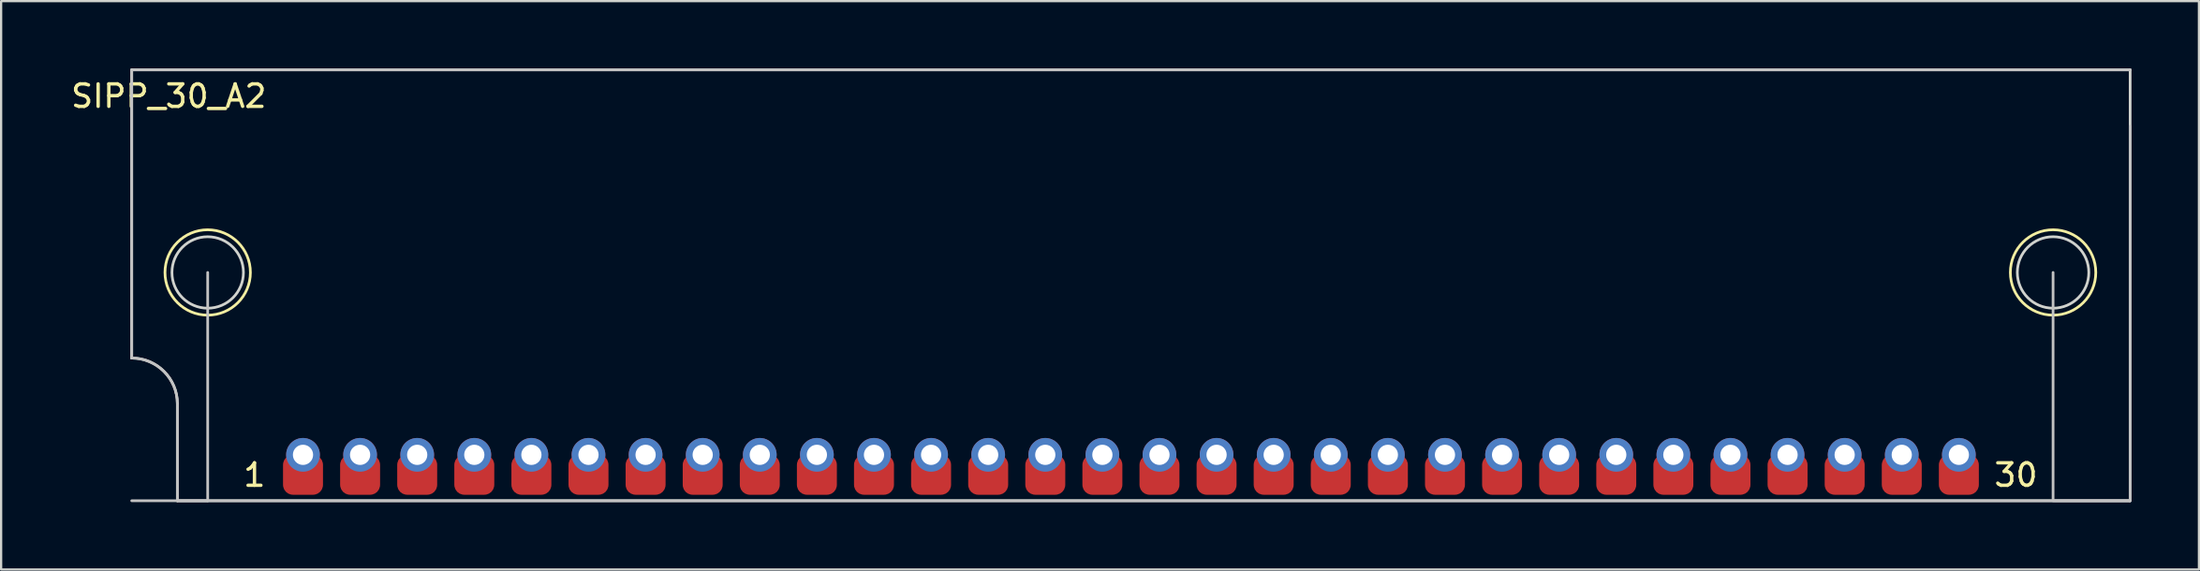
<source format=kicad_pcb>
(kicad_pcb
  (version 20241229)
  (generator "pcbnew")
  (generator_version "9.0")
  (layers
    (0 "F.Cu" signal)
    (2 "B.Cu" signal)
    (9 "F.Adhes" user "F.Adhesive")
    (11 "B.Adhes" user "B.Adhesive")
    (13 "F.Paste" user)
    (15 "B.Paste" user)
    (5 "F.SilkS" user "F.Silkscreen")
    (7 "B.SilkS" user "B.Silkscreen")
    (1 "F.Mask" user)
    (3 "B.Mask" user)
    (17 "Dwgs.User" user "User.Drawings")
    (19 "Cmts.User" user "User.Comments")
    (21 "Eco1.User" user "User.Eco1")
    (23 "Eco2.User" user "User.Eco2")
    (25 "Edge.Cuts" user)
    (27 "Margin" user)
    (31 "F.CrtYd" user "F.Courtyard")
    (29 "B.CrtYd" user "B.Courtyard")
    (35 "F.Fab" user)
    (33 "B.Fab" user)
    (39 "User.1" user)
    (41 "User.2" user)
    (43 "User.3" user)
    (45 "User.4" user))
  (footprint "SIPP_30_A2"
    (layer "F.Cu")
    (at 45.989 17.459)
    (property "Reference" "SIPP_30_A2" (at -41.531 -16.231 0) (unlocked yes) (layer "F.SilkS") (effects (font (size 1 1) (thickness 0.15))))
    (attr smd)
    (fp_circle (center -39.8 -8.382) (end -37.9 -8.382) (stroke (width 0.12) (type solid)) (fill no) (layer "F.SilkS"))
    (fp_circle (center 42.291 -8.382) (end 44.191 -8.382) (stroke (width 0.12) (type solid)) (fill no) (layer "F.SilkS"))
    (fp_line (start -43.18 -17.399) (end 45.72 -17.399) (stroke (width 0.12) (type solid)) (layer "Dwgs.User"))
    (fp_line (start -43.18 -4.572) (end -43.18 -17.399) (stroke (width 0.12) (type solid)) (layer "Dwgs.User"))
    (fp_line (start -41.148 -2.54) (end -41.148 1.778) (stroke (width 0.12) (type solid)) (layer "Dwgs.User"))
    (fp_line (start -41.148 1.778) (end 45.72 1.778) (stroke (width 0.12) (type solid)) (layer "Dwgs.User"))
    (fp_line (start -39.8 1.778) (end -43.18 1.778) (stroke (width 0.12) (type solid)) (layer "Dwgs.User"))
    (fp_line (start -39.8 1.778) (end -39.8 -8.382) (stroke (width 0.12) (type solid)) (layer "Dwgs.User"))
    (fp_line (start 42.291 1.778) (end 42.291 -8.382) (stroke (width 0.12) (type solid)) (layer "Dwgs.User"))
    (fp_line (start 45.72 1.778) (end 42.34 1.778) (stroke (width 0.12) (type solid)) (layer "Dwgs.User"))
    (fp_line (start 45.72 1.778) (end 45.72 -14.892) (stroke (width 0.12) (type solid)) (layer "Dwgs.User"))
    (fp_arc (start -43.18 -4.572) (mid -41.743159 -3.976841) (end -41.148 -2.54) (stroke (width 0.12) (type solid)) (layer "Dwgs.User"))
    (fp_line (start -43.18 -17.399) (end 45.72 -17.399) (stroke (width 0.12) (type solid)) (layer "Edge.Cuts"))
    (fp_line (start -43.18 -4.572) (end -43.18 -17.399) (stroke (width 0.12) (type solid)) (layer "Edge.Cuts"))
    (fp_line (start -41.148 -2.54) (end -41.148 1.778) (stroke (width 0.12) (type solid)) (layer "Edge.Cuts"))
    (fp_line (start -41.148 1.778) (end 45.72 1.778) (stroke (width 0.12) (type solid)) (layer "Edge.Cuts"))
    (fp_line (start 45.72 1.778) (end 45.72 -17.399) (stroke (width 0.12) (type solid)) (layer "Edge.Cuts"))
    (fp_arc (start -43.18 -4.572) (mid -41.743159 -3.976841) (end -41.148 -2.54) (stroke (width 0.12) (type solid)) (layer "Edge.Cuts"))
    (fp_circle (center -39.8 -8.382) (end -38.21 -8.382) (stroke (width 0.12) (type solid)) (fill no) (layer "Edge.Cuts"))
    (fp_circle (center 42.291 -8.382) (end 43.881 -8.382) (stroke (width 0.12) (type solid)) (fill no) (layer "Edge.Cuts"))
    (fp_text user "1" (at -37.719 0.635 0) (unlocked yes) (layer "F.SilkS") (effects (font (size 1 1) (thickness 0.15))))
    (fp_text user "30" (at 40.64 0.635 0) (unlocked yes) (layer "F.SilkS") (effects (font (size 1 1) (thickness 0.15))))
    (pad "1" thru_hole circle (at -35.56 -0.265) (size 1.5 1.5) (drill 0.9) (layers "*.Cu" "*.Mask"))
    (pad "1" smd roundrect (at -35.56 0.624) (size 1.778 1.778) (layers "*.Mask" "F.Cu") (roundrect_rratio 0.25))
    (pad "2" thru_hole circle (at -33.02 -0.265) (size 1.5 1.5) (drill 0.9) (layers "*.Cu" "*.Mask"))
    (pad "2" smd roundrect (at -33.02 0.624) (size 1.778 1.778) (layers "*.Mask" "F.Cu") (roundrect_rratio 0.25))
    (pad "3" thru_hole circle (at -30.48 -0.265) (size 1.5 1.5) (drill 0.9) (layers "*.Cu" "*.Mask"))
    (pad "3" smd roundrect (at -30.48 0.624) (size 1.778 1.778) (layers "*.Mask" "F.Cu") (roundrect_rratio 0.25))
    (pad "4" thru_hole circle (at -27.94 -0.265) (size 1.5 1.5) (drill 0.9) (layers "*.Cu" "*.Mask"))
    (pad "4" smd roundrect (at -27.94 0.624) (size 1.778 1.778) (layers "*.Mask" "F.Cu") (roundrect_rratio 0.25))
    (pad "5" thru_hole circle (at -25.4 -0.265) (size 1.5 1.5) (drill 0.9) (layers "*.Cu" "*.Mask"))
    (pad "5" smd roundrect (at -25.4 0.624) (size 1.778 1.778) (layers "*.Mask" "F.Cu") (roundrect_rratio 0.25))
    (pad "6" thru_hole circle (at -22.86 -0.265) (size 1.5 1.5) (drill 0.9) (layers "*.Cu" "*.Mask"))
    (pad "6" smd roundrect (at -22.86 0.624) (size 1.778 1.778) (layers "*.Mask" "F.Cu") (roundrect_rratio 0.25))
    (pad "7" thru_hole circle (at -20.32 -0.265) (size 1.5 1.5) (drill 0.9) (layers "*.Cu" "*.Mask"))
    (pad "7" smd roundrect (at -20.32 0.624) (size 1.778 1.778) (layers "*.Mask" "F.Cu") (roundrect_rratio 0.25))
    (pad "8" thru_hole circle (at -17.78 -0.265) (size 1.5 1.5) (drill 0.9) (layers "*.Cu" "*.Mask"))
    (pad "8" smd roundrect (at -17.78 0.624) (size 1.778 1.778) (layers "*.Mask" "F.Cu") (roundrect_rratio 0.25))
    (pad "9" thru_hole circle (at -15.24 -0.265) (size 1.5 1.5) (drill 0.9) (layers "*.Cu" "*.Mask"))
    (pad "9" smd roundrect (at -15.24 0.624) (size 1.778 1.778) (layers "*.Mask" "F.Cu") (roundrect_rratio 0.25))
    (pad "10" thru_hole circle (at -12.7 -0.265) (size 1.5 1.5) (drill 0.9) (layers "*.Cu" "*.Mask"))
    (pad "10" smd roundrect (at -12.7 0.624) (size 1.778 1.778) (layers "*.Mask" "F.Cu") (roundrect_rratio 0.25))
    (pad "11" thru_hole circle (at -10.16 -0.265) (size 1.5 1.5) (drill 0.9) (layers "*.Cu" "*.Mask"))
    (pad "11" smd roundrect (at -10.16 0.624) (size 1.778 1.778) (layers "*.Mask" "F.Cu") (roundrect_rratio 0.25))
    (pad "12" thru_hole circle (at -7.62 -0.265) (size 1.5 1.5) (drill 0.9) (layers "*.Cu" "*.Mask"))
    (pad "12" smd roundrect (at -7.62 0.624) (size 1.778 1.778) (layers "*.Mask" "F.Cu") (roundrect_rratio 0.25))
    (pad "13" thru_hole circle (at -5.08 -0.265) (size 1.5 1.5) (drill 0.9) (layers "*.Cu" "*.Mask"))
    (pad "13" smd roundrect (at -5.08 0.624) (size 1.778 1.778) (layers "*.Mask" "F.Cu") (roundrect_rratio 0.25))
    (pad "14" thru_hole circle (at -2.54 -0.265) (size 1.5 1.5) (drill 0.9) (layers "*.Cu" "*.Mask"))
    (pad "14" smd roundrect (at -2.54 0.624) (size 1.778 1.778) (layers "*.Mask" "F.Cu") (roundrect_rratio 0.25))
    (pad "15" thru_hole circle (at 0 -0.265) (size 1.5 1.5) (drill 0.9) (layers "*.Cu" "*.Mask"))
    (pad "15" smd roundrect (at 0 0.624) (size 1.778 1.778) (layers "*.Mask" "F.Cu") (roundrect_rratio 0.25))
    (pad "16" thru_hole circle (at 2.54 -0.265) (size 1.5 1.5) (drill 0.9) (layers "*.Cu" "*.Mask"))
    (pad "16" smd roundrect (at 2.54 0.624) (size 1.778 1.778) (layers "*.Mask" "F.Cu") (roundrect_rratio 0.25))
    (pad "17" thru_hole circle (at 5.08 -0.265) (size 1.5 1.5) (drill 0.9) (layers "*.Cu" "*.Mask"))
    (pad "17" smd roundrect (at 5.08 0.624) (size 1.778 1.778) (layers "*.Mask" "F.Cu") (roundrect_rratio 0.25))
    (pad "18" thru_hole circle (at 7.62 -0.265) (size 1.5 1.5) (drill 0.9) (layers "*.Cu" "*.Mask"))
    (pad "18" smd roundrect (at 7.62 0.624) (size 1.778 1.778) (layers "*.Mask" "F.Cu") (roundrect_rratio 0.25))
    (pad "19" thru_hole circle (at 10.16 -0.265) (size 1.5 1.5) (drill 0.9) (layers "*.Cu" "*.Mask"))
    (pad "19" smd roundrect (at 10.16 0.624) (size 1.778 1.778) (layers "*.Mask" "F.Cu") (roundrect_rratio 0.25))
    (pad "20" thru_hole circle (at 12.7 -0.265) (size 1.5 1.5) (drill 0.9) (layers "*.Cu" "*.Mask"))
    (pad "20" smd roundrect (at 12.7 0.624) (size 1.778 1.778) (layers "*.Mask" "F.Cu") (roundrect_rratio 0.25))
    (pad "21" thru_hole circle (at 15.24 -0.265) (size 1.5 1.5) (drill 0.9) (layers "*.Cu" "*.Mask"))
    (pad "21" smd roundrect (at 15.24 0.624) (size 1.778 1.778) (layers "*.Mask" "F.Cu") (roundrect_rratio 0.25))
    (pad "22" thru_hole circle (at 17.78 -0.265) (size 1.5 1.5) (drill 0.9) (layers "*.Cu" "*.Mask"))
    (pad "22" smd roundrect (at 17.78 0.624) (size 1.778 1.778) (layers "*.Mask" "F.Cu") (roundrect_rratio 0.25))
    (pad "23" thru_hole circle (at 20.32 -0.265) (size 1.5 1.5) (drill 0.9) (layers "*.Cu" "*.Mask"))
    (pad "23" smd roundrect (at 20.32 0.624) (size 1.778 1.778) (layers "*.Mask" "F.Cu") (roundrect_rratio 0.25))
    (pad "24" thru_hole circle (at 22.86 -0.265) (size 1.5 1.5) (drill 0.9) (layers "*.Cu" "*.Mask"))
    (pad "24" smd roundrect (at 22.86 0.624) (size 1.778 1.778) (layers "*.Mask" "F.Cu") (roundrect_rratio 0.25))
    (pad "25" thru_hole circle (at 25.4 -0.265) (size 1.5 1.5) (drill 0.9) (layers "*.Cu" "*.Mask"))
    (pad "25" smd roundrect (at 25.4 0.624) (size 1.778 1.778) (layers "*.Mask" "F.Cu") (roundrect_rratio 0.25))
    (pad "26" thru_hole circle (at 27.94 -0.265) (size 1.5 1.5) (drill 0.9) (layers "*.Cu" "*.Mask"))
    (pad "26" smd roundrect (at 27.94 0.624) (size 1.778 1.778) (layers "*.Mask" "F.Cu") (roundrect_rratio 0.25))
    (pad "27" thru_hole circle (at 30.48 -0.265) (size 1.5 1.5) (drill 0.9) (layers "*.Cu" "*.Mask"))
    (pad "27" smd roundrect (at 30.48 0.624) (size 1.778 1.778) (layers "*.Mask" "F.Cu") (roundrect_rratio 0.25))
    (pad "28" thru_hole circle (at 33.02 -0.265) (size 1.5 1.5) (drill 0.9) (layers "*.Cu" "*.Mask"))
    (pad "28" smd roundrect (at 33.02 0.624) (size 1.778 1.778) (layers "*.Mask" "F.Cu") (roundrect_rratio 0.25))
    (pad "29" thru_hole circle (at 35.56 -0.265) (size 1.5 1.5) (drill 0.9) (layers "*.Cu" "*.Mask"))
    (pad "29" smd roundrect (at 35.56 0.624) (size 1.778 1.778) (layers "*.Mask" "F.Cu") (roundrect_rratio 0.25))
    (pad "30" thru_hole circle (at 38.1 -0.265) (size 1.5 1.5) (drill 0.9) (layers "*.Cu" "*.Mask"))
    (pad "30" smd roundrect (at 38.1 0.624) (size 1.778 1.778) (layers "*.Mask" "F.Cu") (roundrect_rratio 0.25)))
  (gr_rect
    (start -3 -3)
    (end 94.769 22.297)
    (stroke (width 0.1) (type default))
    (fill no)
    (layer "Edge.Cuts")))
</source>
